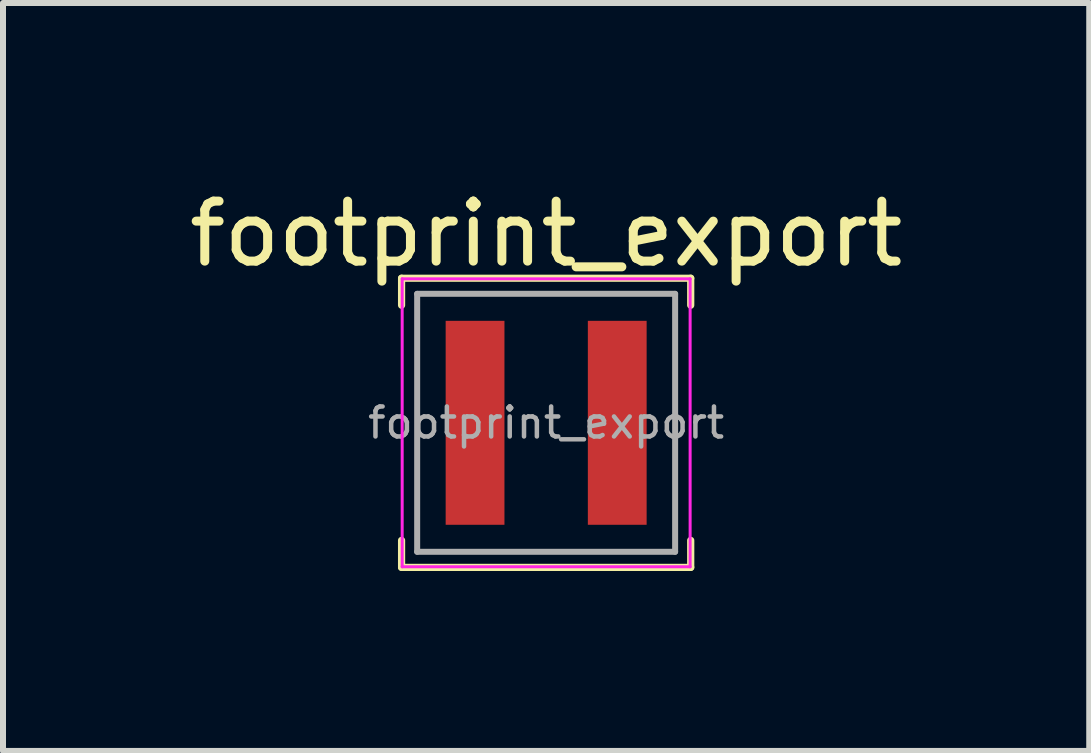
<source format=kicad_pcb>
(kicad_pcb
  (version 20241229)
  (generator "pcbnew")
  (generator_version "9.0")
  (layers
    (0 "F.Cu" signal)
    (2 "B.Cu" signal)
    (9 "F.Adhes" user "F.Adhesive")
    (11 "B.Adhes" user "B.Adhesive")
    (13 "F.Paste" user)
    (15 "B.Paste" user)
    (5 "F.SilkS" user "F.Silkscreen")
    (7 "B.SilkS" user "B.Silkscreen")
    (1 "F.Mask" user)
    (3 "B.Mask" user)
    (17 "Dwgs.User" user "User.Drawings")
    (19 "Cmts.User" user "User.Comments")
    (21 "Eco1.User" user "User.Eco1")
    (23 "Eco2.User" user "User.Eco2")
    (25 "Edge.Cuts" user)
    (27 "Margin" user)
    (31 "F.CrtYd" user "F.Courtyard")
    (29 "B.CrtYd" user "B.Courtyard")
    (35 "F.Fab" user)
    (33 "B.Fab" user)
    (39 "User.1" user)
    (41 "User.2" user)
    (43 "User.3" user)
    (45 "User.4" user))
  (footprint "footprint_export"
    (layer "F.Cu")
    (at 6.054 3.998)
    (property "Reference" "footprint_export" (at 0 -3.15 0) (layer "F.SilkS") (effects (font (size 1 1) (thickness 0.15))))
    (attr smd)
    (fp_line (start -2.41 -2.41) (end -2.41 -1.96) (stroke (width 0.12) (type solid)) (layer "F.SilkS"))
    (fp_line (start -2.41 -2.41) (end 2.41 -2.41) (stroke (width 0.12) (type solid)) (layer "F.SilkS"))
    (fp_line (start -2.41 2.41) (end -2.41 1.96) (stroke (width 0.12) (type solid)) (layer "F.SilkS"))
    (fp_line (start -2.41 2.41) (end 2.41 2.41) (stroke (width 0.12) (type solid)) (layer "F.SilkS"))
    (fp_line (start 2.41 -2.41) (end 2.41 -1.96) (stroke (width 0.12) (type solid)) (layer "F.SilkS"))
    (fp_line (start 2.41 2.41) (end 2.41 1.96) (stroke (width 0.12) (type solid)) (layer "F.SilkS"))
    (fp_line (start -2.4 -2.4) (end -2.4 2.4) (stroke (width 0.05) (type solid)) (layer "F.CrtYd"))
    (fp_line (start -2.4 2.4) (end 2.4 2.4) (stroke (width 0.05) (type solid)) (layer "F.CrtYd"))
    (fp_line (start 2.4 -2.4) (end -2.4 -2.4) (stroke (width 0.05) (type solid)) (layer "F.CrtYd"))
    (fp_line (start 2.4 2.4) (end 2.4 -2.4) (stroke (width 0.05) (type solid)) (layer "F.CrtYd"))
    (fp_line (start -2.15 -2.15) (end -2.15 2.15) (stroke (width 0.1) (type solid)) (layer "F.Fab"))
    (fp_line (start -2.15 2.15) (end 2.15 2.15) (stroke (width 0.1) (type solid)) (layer "F.Fab"))
    (fp_line (start 2.15 -2.15) (end -2.15 -2.15) (stroke (width 0.1) (type solid)) (layer "F.Fab"))
    (fp_line (start 2.15 2.15) (end 2.15 -2.15) (stroke (width 0.1) (type solid)) (layer "F.Fab"))
    (fp_text user "${REFERENCE}" (at 0 0 0) (layer "F.Fab") (effects (font (size 0.5 0.5) (thickness 0.075))))
    (pad "1" smd rect (at -1.185 0) (size 0.98 3.4) (layers "F.Cu" "F.Mask" "F.Paste"))
    (pad "2" smd rect (at 1.185 0) (size 0.98 3.4) (layers "F.Cu" "F.Mask" "F.Paste")))
  (gr_rect
    (start -3 -3)
    (end 15.107 9.468)
    (stroke (width 0.1) (type default))
    (fill no)
    (layer "Edge.Cuts")))
</source>
